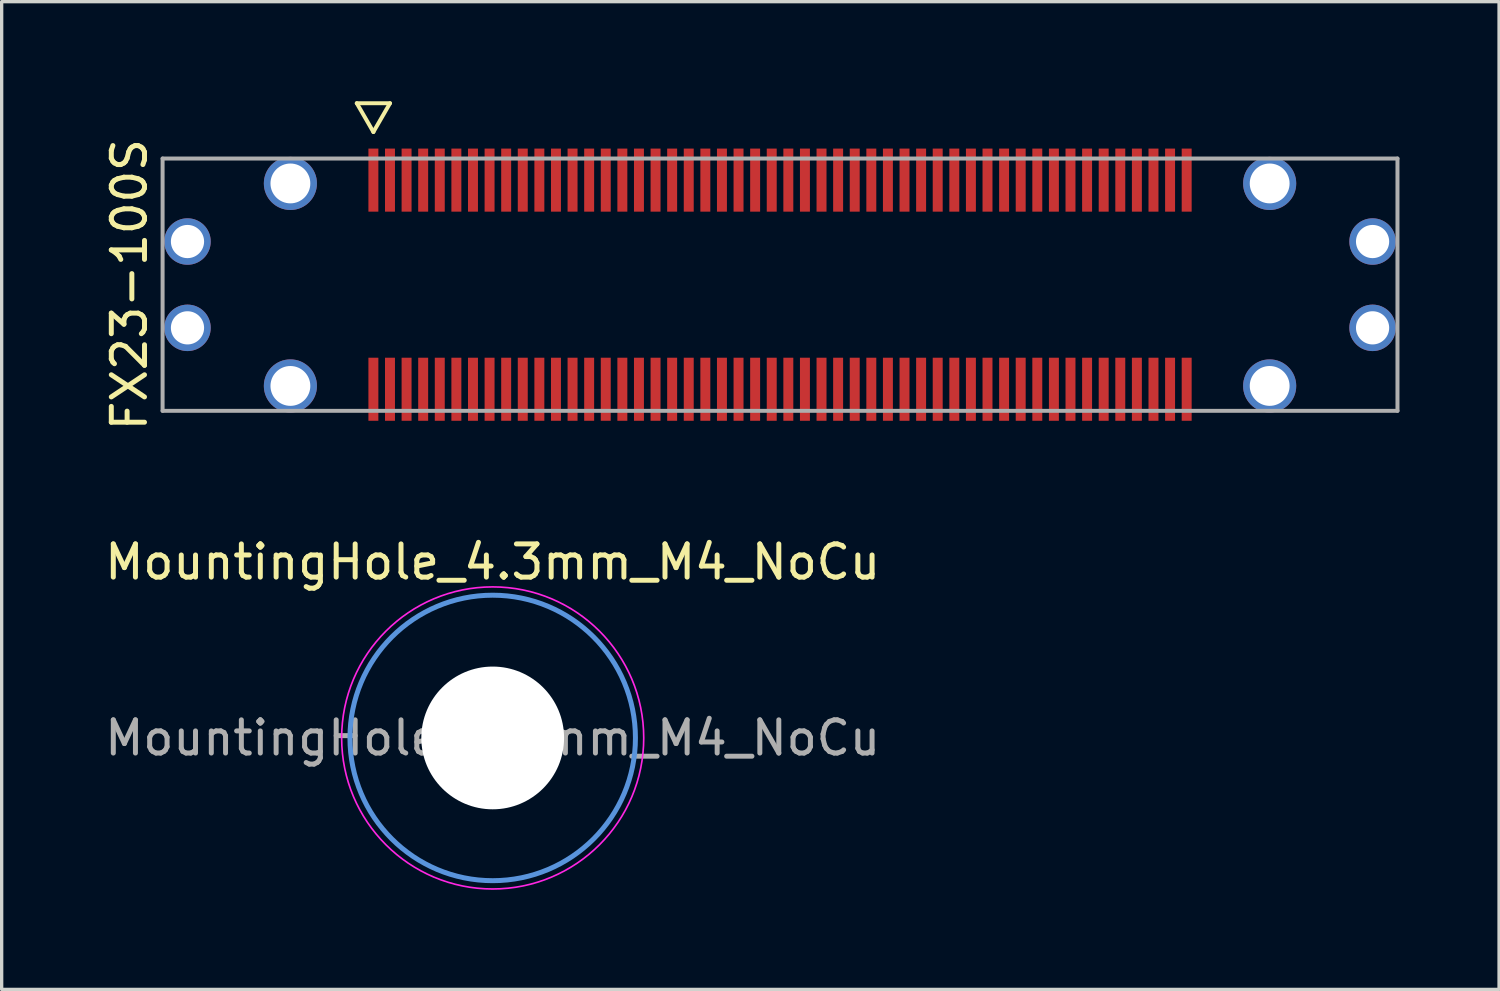
<source format=kicad_pcb>
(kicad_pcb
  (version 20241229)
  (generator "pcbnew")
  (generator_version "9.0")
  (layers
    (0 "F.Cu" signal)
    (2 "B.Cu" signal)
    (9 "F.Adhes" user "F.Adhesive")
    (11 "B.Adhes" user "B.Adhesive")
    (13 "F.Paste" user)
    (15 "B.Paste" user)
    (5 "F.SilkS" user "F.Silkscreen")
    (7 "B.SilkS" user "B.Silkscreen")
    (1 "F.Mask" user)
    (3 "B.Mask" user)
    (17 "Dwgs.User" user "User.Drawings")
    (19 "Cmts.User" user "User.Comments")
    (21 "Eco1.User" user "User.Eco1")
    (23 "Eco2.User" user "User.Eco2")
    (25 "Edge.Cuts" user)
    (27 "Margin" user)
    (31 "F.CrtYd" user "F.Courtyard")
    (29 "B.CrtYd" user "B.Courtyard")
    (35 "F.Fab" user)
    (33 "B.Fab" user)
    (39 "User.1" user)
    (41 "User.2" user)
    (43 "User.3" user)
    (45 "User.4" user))
  (footprint "FX23-100S"
    (layer "F.Cu")
    (at 20.448 5.526)
    (property "Reference" "FX23-100S" (at -19.6 0 90) (layer "F.SilkS") (effects (font (size 1 1) (thickness 0.15))))
    (attr through_hole)
    (fp_line (start -12.75 -5.466) (end -11.75 -5.466) (stroke (width 0.12) (type solid)) (layer "F.SilkS"))
    (fp_line (start -12.25 -4.6) (end -12.75 -5.466) (stroke (width 0.12) (type solid)) (layer "F.SilkS"))
    (fp_line (start -12.25 -4.6) (end -11.75 -5.466) (stroke (width 0.12) (type solid)) (layer "F.SilkS"))
    (fp_line (start -18.6 -3.8) (end 18.6 -3.8) (stroke (width 0.12) (type solid)) (layer "F.Fab"))
    (fp_line (start -18.6 3.8) (end -18.6 -3.8) (stroke (width 0.12) (type solid)) (layer "F.Fab"))
    (fp_line (start 18.6 -3.8) (end 18.6 3.8) (stroke (width 0.12) (type solid)) (layer "F.Fab"))
    (fp_line (start 18.6 3.8) (end -18.6 3.8) (stroke (width 0.12) (type solid)) (layer "F.Fab"))
    (pad "1" smd rect (at -12.25 -3.15) (size 0.3 1.9) (layers "F.Cu" "F.Mask" "F.Paste"))
    (pad "2" smd rect (at -11.75 -3.15) (size 0.3 1.9) (layers "F.Cu" "F.Mask" "F.Paste"))
    (pad "3" smd rect (at -11.25 -3.15) (size 0.3 1.9) (layers "F.Cu" "F.Mask" "F.Paste"))
    (pad "4" smd rect (at -10.75 -3.15) (size 0.3 1.9) (layers "F.Cu" "F.Mask" "F.Paste"))
    (pad "5" smd rect (at -10.25 -3.15) (size 0.3 1.9) (layers "F.Cu" "F.Mask" "F.Paste"))
    (pad "6" smd rect (at -9.75 -3.15) (size 0.3 1.9) (layers "F.Cu" "F.Mask" "F.Paste"))
    (pad "7" smd rect (at -9.25 -3.15) (size 0.3 1.9) (layers "F.Cu" "F.Mask" "F.Paste"))
    (pad "8" smd rect (at -8.75 -3.15) (size 0.3 1.9) (layers "F.Cu" "F.Mask" "F.Paste"))
    (pad "9" smd rect (at -8.25 -3.15) (size 0.3 1.9) (layers "F.Cu" "F.Mask" "F.Paste"))
    (pad "10" smd rect (at -7.75 -3.15) (size 0.3 1.9) (layers "F.Cu" "F.Mask" "F.Paste"))
    (pad "11" smd rect (at -7.25 -3.15) (size 0.3 1.9) (layers "F.Cu" "F.Mask" "F.Paste"))
    (pad "12" smd rect (at -6.75 -3.15) (size 0.3 1.9) (layers "F.Cu" "F.Mask" "F.Paste"))
    (pad "13" smd rect (at -6.25 -3.15) (size 0.3 1.9) (layers "F.Cu" "F.Mask" "F.Paste"))
    (pad "14" smd rect (at -5.75 -3.15) (size 0.3 1.9) (layers "F.Cu" "F.Mask" "F.Paste"))
    (pad "15" smd rect (at -5.25 -3.15) (size 0.3 1.9) (layers "F.Cu" "F.Mask" "F.Paste"))
    (pad "16" smd rect (at -4.75 -3.15) (size 0.3 1.9) (layers "F.Cu" "F.Mask" "F.Paste"))
    (pad "17" smd rect (at -4.25 -3.15) (size 0.3 1.9) (layers "F.Cu" "F.Mask" "F.Paste"))
    (pad "18" smd rect (at -3.75 -3.15) (size 0.3 1.9) (layers "F.Cu" "F.Mask" "F.Paste"))
    (pad "19" smd rect (at -3.25 -3.15) (size 0.3 1.9) (layers "F.Cu" "F.Mask" "F.Paste"))
    (pad "20" smd rect (at -2.75 -3.15) (size 0.3 1.9) (layers "F.Cu" "F.Mask" "F.Paste"))
    (pad "21" smd rect (at -2.25 -3.15) (size 0.3 1.9) (layers "F.Cu" "F.Mask" "F.Paste"))
    (pad "22" smd rect (at -1.75 -3.15) (size 0.3 1.9) (layers "F.Cu" "F.Mask" "F.Paste"))
    (pad "23" smd rect (at -1.25 -3.15) (size 0.3 1.9) (layers "F.Cu" "F.Mask" "F.Paste"))
    (pad "24" smd rect (at -0.75 -3.15) (size 0.3 1.9) (layers "F.Cu" "F.Mask" "F.Paste"))
    (pad "25" smd rect (at -0.25 -3.15) (size 0.3 1.9) (layers "F.Cu" "F.Mask" "F.Paste"))
    (pad "26" smd rect (at 0.25 -3.15) (size 0.3 1.9) (layers "F.Cu" "F.Mask" "F.Paste"))
    (pad "27" smd rect (at 0.75 -3.15) (size 0.3 1.9) (layers "F.Cu" "F.Mask" "F.Paste"))
    (pad "28" smd rect (at 1.25 -3.15) (size 0.3 1.9) (layers "F.Cu" "F.Mask" "F.Paste"))
    (pad "29" smd rect (at 1.75 -3.15) (size 0.3 1.9) (layers "F.Cu" "F.Mask" "F.Paste"))
    (pad "30" smd rect (at 2.25 -3.15) (size 0.3 1.9) (layers "F.Cu" "F.Mask" "F.Paste"))
    (pad "31" smd rect (at 2.75 -3.15) (size 0.3 1.9) (layers "F.Cu" "F.Mask" "F.Paste"))
    (pad "32" smd rect (at 3.25 -3.15) (size 0.3 1.9) (layers "F.Cu" "F.Mask" "F.Paste"))
    (pad "33" smd rect (at 3.75 -3.15) (size 0.3 1.9) (layers "F.Cu" "F.Mask" "F.Paste"))
    (pad "34" smd rect (at 4.25 -3.15) (size 0.3 1.9) (layers "F.Cu" "F.Mask" "F.Paste"))
    (pad "35" smd rect (at 4.75 -3.15) (size 0.3 1.9) (layers "F.Cu" "F.Mask" "F.Paste"))
    (pad "36" smd rect (at 5.25 -3.15) (size 0.3 1.9) (layers "F.Cu" "F.Mask" "F.Paste"))
    (pad "37" smd rect (at 5.75 -3.15) (size 0.3 1.9) (layers "F.Cu" "F.Mask" "F.Paste"))
    (pad "38" smd rect (at 6.25 -3.15) (size 0.3 1.9) (layers "F.Cu" "F.Mask" "F.Paste"))
    (pad "39" smd rect (at 6.75 -3.15) (size 0.3 1.9) (layers "F.Cu" "F.Mask" "F.Paste"))
    (pad "40" smd rect (at 7.25 -3.15) (size 0.3 1.9) (layers "F.Cu" "F.Mask" "F.Paste"))
    (pad "41" smd rect (at 7.75 -3.15) (size 0.3 1.9) (layers "F.Cu" "F.Mask" "F.Paste"))
    (pad "42" smd rect (at 8.25 -3.15) (size 0.3 1.9) (layers "F.Cu" "F.Mask" "F.Paste"))
    (pad "43" smd rect (at 8.75 -3.15) (size 0.3 1.9) (layers "F.Cu" "F.Mask" "F.Paste"))
    (pad "44" smd rect (at 9.25 -3.15) (size 0.3 1.9) (layers "F.Cu" "F.Mask" "F.Paste"))
    (pad "45" smd rect (at 9.75 -3.15) (size 0.3 1.9) (layers "F.Cu" "F.Mask" "F.Paste"))
    (pad "46" smd rect (at 10.25 -3.15) (size 0.3 1.9) (layers "F.Cu" "F.Mask" "F.Paste"))
    (pad "47" smd rect (at 10.75 -3.15) (size 0.3 1.9) (layers "F.Cu" "F.Mask" "F.Paste"))
    (pad "48" smd rect (at 11.25 -3.15) (size 0.3 1.9) (layers "F.Cu" "F.Mask" "F.Paste"))
    (pad "49" smd rect (at 11.75 -3.15) (size 0.3 1.9) (layers "F.Cu" "F.Mask" "F.Paste"))
    (pad "50" smd rect (at 12.25 -3.15) (size 0.3 1.9) (layers "F.Cu" "F.Mask" "F.Paste"))
    (pad "51" smd rect (at -12.25 3.15) (size 0.3 1.9) (layers "F.Cu" "F.Mask" "F.Paste"))
    (pad "52" smd rect (at -11.75 3.15) (size 0.3 1.9) (layers "F.Cu" "F.Mask" "F.Paste"))
    (pad "53" smd rect (at -11.25 3.15) (size 0.3 1.9) (layers "F.Cu" "F.Mask" "F.Paste"))
    (pad "54" smd rect (at -10.75 3.15) (size 0.3 1.9) (layers "F.Cu" "F.Mask" "F.Paste"))
    (pad "55" smd rect (at -10.25 3.15) (size 0.3 1.9) (layers "F.Cu" "F.Mask" "F.Paste"))
    (pad "56" smd rect (at -9.75 3.15) (size 0.3 1.9) (layers "F.Cu" "F.Mask" "F.Paste"))
    (pad "57" smd rect (at -9.25 3.15) (size 0.3 1.9) (layers "F.Cu" "F.Mask" "F.Paste"))
    (pad "58" smd rect (at -8.75 3.15) (size 0.3 1.9) (layers "F.Cu" "F.Mask" "F.Paste"))
    (pad "59" smd rect (at -8.25 3.15) (size 0.3 1.9) (layers "F.Cu" "F.Mask" "F.Paste"))
    (pad "60" smd rect (at -7.75 3.15) (size 0.3 1.9) (layers "F.Cu" "F.Mask" "F.Paste"))
    (pad "61" smd rect (at -7.25 3.15) (size 0.3 1.9) (layers "F.Cu" "F.Mask" "F.Paste"))
    (pad "62" smd rect (at -6.75 3.15) (size 0.3 1.9) (layers "F.Cu" "F.Mask" "F.Paste"))
    (pad "63" smd rect (at -6.25 3.15) (size 0.3 1.9) (layers "F.Cu" "F.Mask" "F.Paste"))
    (pad "64" smd rect (at -5.75 3.15) (size 0.3 1.9) (layers "F.Cu" "F.Mask" "F.Paste"))
    (pad "65" smd rect (at -5.25 3.15) (size 0.3 1.9) (layers "F.Cu" "F.Mask" "F.Paste"))
    (pad "66" smd rect (at -4.75 3.15) (size 0.3 1.9) (layers "F.Cu" "F.Mask" "F.Paste"))
    (pad "67" smd rect (at -4.25 3.15) (size 0.3 1.9) (layers "F.Cu" "F.Mask" "F.Paste"))
    (pad "68" smd rect (at -3.75 3.15) (size 0.3 1.9) (layers "F.Cu" "F.Mask" "F.Paste"))
    (pad "69" smd rect (at -3.25 3.15) (size 0.3 1.9) (layers "F.Cu" "F.Mask" "F.Paste"))
    (pad "70" smd rect (at -2.75 3.15) (size 0.3 1.9) (layers "F.Cu" "F.Mask" "F.Paste"))
    (pad "71" smd rect (at -2.25 3.15) (size 0.3 1.9) (layers "F.Cu" "F.Mask" "F.Paste"))
    (pad "72" smd rect (at -1.75 3.15) (size 0.3 1.9) (layers "F.Cu" "F.Mask" "F.Paste"))
    (pad "73" smd rect (at -1.25 3.15) (size 0.3 1.9) (layers "F.Cu" "F.Mask" "F.Paste"))
    (pad "74" smd rect (at -0.75 3.15) (size 0.3 1.9) (layers "F.Cu" "F.Mask" "F.Paste"))
    (pad "75" smd rect (at -0.25 3.15) (size 0.3 1.9) (layers "F.Cu" "F.Mask" "F.Paste"))
    (pad "76" smd rect (at 0.25 3.15) (size 0.3 1.9) (layers "F.Cu" "F.Mask" "F.Paste"))
    (pad "77" smd rect (at 0.75 3.15) (size 0.3 1.9) (layers "F.Cu" "F.Mask" "F.Paste"))
    (pad "78" smd rect (at 1.25 3.15) (size 0.3 1.9) (layers "F.Cu" "F.Mask" "F.Paste"))
    (pad "79" smd rect (at 1.75 3.15) (size 0.3 1.9) (layers "F.Cu" "F.Mask" "F.Paste"))
    (pad "80" smd rect (at 2.25 3.15) (size 0.3 1.9) (layers "F.Cu" "F.Mask" "F.Paste"))
    (pad "81" smd rect (at 2.75 3.15) (size 0.3 1.9) (layers "F.Cu" "F.Mask" "F.Paste"))
    (pad "82" smd rect (at 3.25 3.15) (size 0.3 1.9) (layers "F.Cu" "F.Mask" "F.Paste"))
    (pad "83" smd rect (at 3.75 3.15) (size 0.3 1.9) (layers "F.Cu" "F.Mask" "F.Paste"))
    (pad "84" smd rect (at 4.25 3.15) (size 0.3 1.9) (layers "F.Cu" "F.Mask" "F.Paste"))
    (pad "85" smd rect (at 4.75 3.15) (size 0.3 1.9) (layers "F.Cu" "F.Mask" "F.Paste"))
    (pad "86" smd rect (at 5.25 3.15) (size 0.3 1.9) (layers "F.Cu" "F.Mask" "F.Paste"))
    (pad "87" smd rect (at 5.75 3.15) (size 0.3 1.9) (layers "F.Cu" "F.Mask" "F.Paste"))
    (pad "88" smd rect (at 6.25 3.15) (size 0.3 1.9) (layers "F.Cu" "F.Mask" "F.Paste"))
    (pad "89" smd rect (at 6.75 3.15) (size 0.3 1.9) (layers "F.Cu" "F.Mask" "F.Paste"))
    (pad "90" smd rect (at 7.25 3.15) (size 0.3 1.9) (layers "F.Cu" "F.Mask" "F.Paste"))
    (pad "91" smd rect (at 7.75 3.15) (size 0.3 1.9) (layers "F.Cu" "F.Mask" "F.Paste"))
    (pad "92" smd rect (at 8.25 3.15) (size 0.3 1.9) (layers "F.Cu" "F.Mask" "F.Paste"))
    (pad "93" smd rect (at 8.75 3.15) (size 0.3 1.9) (layers "F.Cu" "F.Mask" "F.Paste"))
    (pad "94" smd rect (at 9.25 3.15) (size 0.3 1.9) (layers "F.Cu" "F.Mask" "F.Paste"))
    (pad "95" smd rect (at 9.75 3.15) (size 0.3 1.9) (layers "F.Cu" "F.Mask" "F.Paste"))
    (pad "96" smd rect (at 10.25 3.15) (size 0.3 1.9) (layers "F.Cu" "F.Mask" "F.Paste"))
    (pad "97" smd rect (at 10.75 3.15) (size 0.3 1.9) (layers "F.Cu" "F.Mask" "F.Paste"))
    (pad "98" smd rect (at 11.25 3.15) (size 0.3 1.9) (layers "F.Cu" "F.Mask" "F.Paste"))
    (pad "99" smd rect (at 11.75 3.15) (size 0.3 1.9) (layers "F.Cu" "F.Mask" "F.Paste"))
    (pad "100" smd rect (at 12.25 3.15) (size 0.3 1.9) (layers "F.Cu" "F.Mask" "F.Paste"))
    (pad "Power1" thru_hole circle (at -14.75 -3.05) (size 1.6 1.6) (drill 1.2) (layers "*.Cu" "*.Mask"))
    (pad "Power2" thru_hole circle (at 14.75 -3.05) (size 1.6 1.6) (drill 1.2) (layers "*.Cu" "*.Mask"))
    (pad "Power3" thru_hole circle (at -14.75 3.05) (size 1.6 1.6) (drill 1.2) (layers "*.Cu" "*.Mask"))
    (pad "Power4" thru_hole circle (at 14.75 3.05) (size 1.6 1.6) (drill 1.2) (layers "*.Cu" "*.Mask"))
    (pad "~" thru_hole circle (at -17.85 -1.3) (size 1.4 1.4) (drill 1) (layers "*.Cu" "*.Mask"))
    (pad "~" thru_hole circle (at -17.85 1.3) (size 1.4 1.4) (drill 1) (layers "*.Cu" "*.Mask"))
    (pad "~" thru_hole circle (at 17.85 -1.3) (size 1.4 1.4) (drill 1) (layers "*.Cu" "*.Mask"))
    (pad "~" thru_hole circle (at 17.85 1.3) (size 1.4 1.4) (drill 1) (layers "*.Cu" "*.Mask")))
  (footprint "MountingHole_4.3mm_M4_NoCu"
    (layer "F.Cu")
    (at 11.792 19.18)
    (property "Reference" "MountingHole_4.3mm_M4_NoCu" (at 0 -5.3 0) (layer "F.SilkS") (effects (font (size 1 1) (thickness 0.15))))
    (attr exclude_from_pos_files exclude_from_bom)
    (fp_circle (center 0 0) (end 4.3 0) (stroke (width 0.15) (type solid)) (fill no) (layer "Cmts.User"))
    (fp_circle (center 0 0) (end 4.55 0) (stroke (width 0.05) (type solid)) (fill no) (layer "F.CrtYd"))
    (fp_text user "${REFERENCE}" (at 0 0 0) (layer "F.Fab") (effects (font (size 1 1) (thickness 0.15))))
    (pad "" np_thru_hole circle (at 0 0) (size 4.3 4.3) (drill 4.3) (layers "*.Cu" "*.Mask"))
    (pad "" smd circle (at 0 0) (size 7.3 7.3) (layers "*.Mask")))
  (gr_rect
    (start -3 -3)
    (end 42.108 26.755)
    (stroke (width 0.1) (type default))
    (fill no)
    (layer "Edge.Cuts")))
</source>
